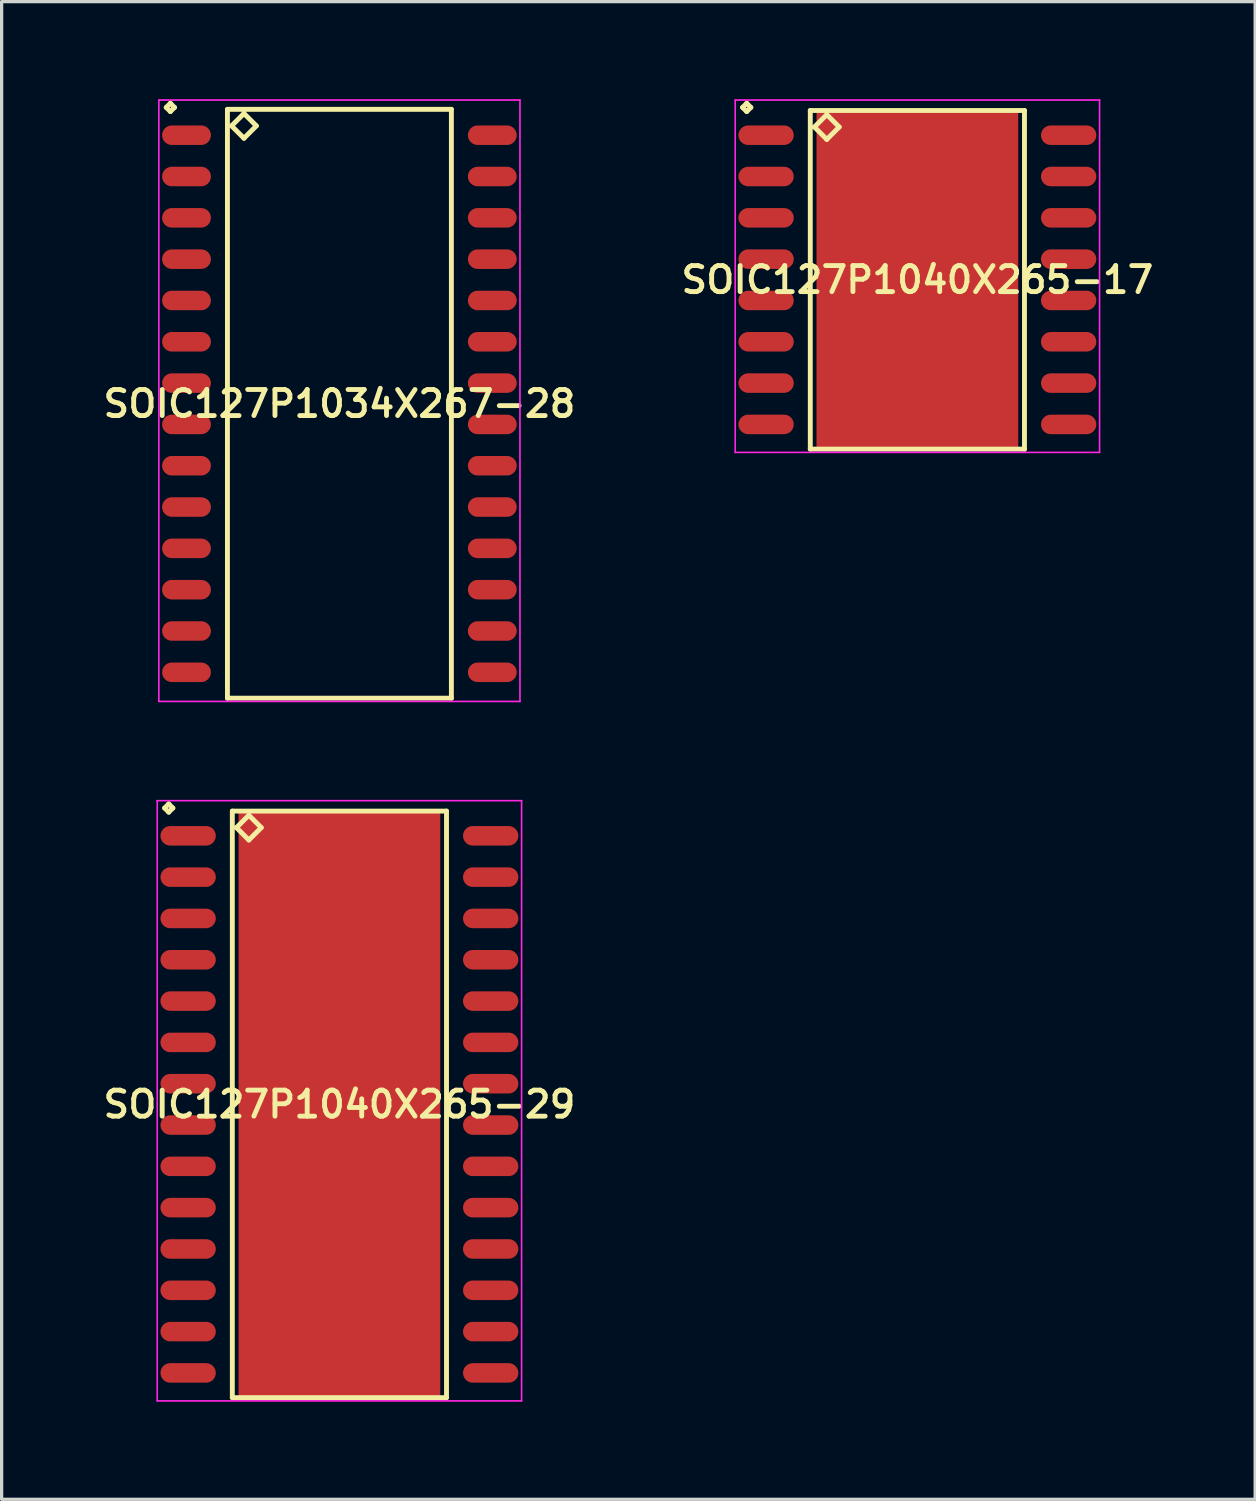
<source format=kicad_pcb>
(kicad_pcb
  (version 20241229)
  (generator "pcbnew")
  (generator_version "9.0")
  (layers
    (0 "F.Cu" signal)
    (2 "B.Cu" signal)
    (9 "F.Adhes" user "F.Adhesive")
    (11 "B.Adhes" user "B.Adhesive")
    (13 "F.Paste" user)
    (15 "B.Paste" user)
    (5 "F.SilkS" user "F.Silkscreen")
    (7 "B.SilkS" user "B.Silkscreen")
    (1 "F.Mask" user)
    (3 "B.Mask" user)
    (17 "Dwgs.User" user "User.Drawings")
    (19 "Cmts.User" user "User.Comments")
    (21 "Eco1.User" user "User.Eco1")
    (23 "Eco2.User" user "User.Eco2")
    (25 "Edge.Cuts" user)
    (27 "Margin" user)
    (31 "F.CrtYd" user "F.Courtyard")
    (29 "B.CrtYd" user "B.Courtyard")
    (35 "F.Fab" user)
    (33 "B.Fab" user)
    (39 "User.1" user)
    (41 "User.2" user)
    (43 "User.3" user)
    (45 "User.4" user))
  (footprint "SOIC127P1040X265-17"
    (layer "F.Cu")
    (at 25.149 5.551)
    (property "Reference" "SOIC127P1040X265-17" (at 0 0 0) (layer "F.SilkS") (effects (font (size 0.8 0.8) (thickness 0.15))))
    (attr smd)
    (fp_line (start -5.373 -5.299) (end -5.246 -5.426) (stroke (width 0.15) (type solid)) (layer "F.SilkS"))
    (fp_line (start -5.246 -5.426) (end -5.119 -5.299) (stroke (width 0.15) (type solid)) (layer "F.SilkS"))
    (fp_line (start -5.246 -5.172) (end -5.373 -5.299) (stroke (width 0.15) (type solid)) (layer "F.SilkS"))
    (fp_line (start -5.119 -5.299) (end -5.246 -5.172) (stroke (width 0.15) (type solid)) (layer "F.SilkS"))
    (fp_line (start -3.292 -5.205) (end -3.292 5.205) (stroke (width 0.15) (type solid)) (layer "F.SilkS"))
    (fp_line (start -3.292 5.205) (end 3.292 5.205) (stroke (width 0.15) (type solid)) (layer "F.SilkS"))
    (fp_line (start -3.165 -4.697) (end -2.784 -5.078) (stroke (width 0.15) (type solid)) (layer "F.SilkS"))
    (fp_line (start -2.784 -5.078) (end -2.403 -4.697) (stroke (width 0.15) (type solid)) (layer "F.SilkS"))
    (fp_line (start -2.784 -4.316) (end -3.165 -4.697) (stroke (width 0.15) (type solid)) (layer "F.SilkS"))
    (fp_line (start -2.403 -4.697) (end -2.784 -4.316) (stroke (width 0.15) (type solid)) (layer "F.SilkS"))
    (fp_line (start 3.292 -5.205) (end -3.292 -5.205) (stroke (width 0.15) (type solid)) (layer "F.SilkS"))
    (fp_line (start 3.292 5.205) (end 3.292 -5.205) (stroke (width 0.15) (type solid)) (layer "F.SilkS"))
    (fp_line (start -5.6 -5.526) (end 5.6 -5.526) (stroke (width 0.05) (type solid)) (layer "F.CrtYd"))
    (fp_line (start -5.6 5.305) (end -5.6 -5.526) (stroke (width 0.05) (type solid)) (layer "F.CrtYd"))
    (fp_line (start 5.6 -5.526) (end 5.6 5.305) (stroke (width 0.05) (type solid)) (layer "F.CrtYd"))
    (fp_line (start 5.6 5.305) (end -5.6 5.305) (stroke (width 0.05) (type solid)) (layer "F.CrtYd"))
    (pad "1" smd oval (at -4.65 -4.445) (size 1.7 0.6) (layers "F.Cu" "F.Mask" "F.Paste"))
    (pad "2" smd oval (at -4.65 -3.175) (size 1.7 0.6) (layers "F.Cu" "F.Mask" "F.Paste"))
    (pad "3" smd oval (at -4.65 -1.905) (size 1.7 0.6) (layers "F.Cu" "F.Mask" "F.Paste"))
    (pad "4" smd oval (at -4.65 -0.635) (size 1.7 0.6) (layers "F.Cu" "F.Mask" "F.Paste"))
    (pad "5" smd oval (at -4.65 0.635) (size 1.7 0.6) (layers "F.Cu" "F.Mask" "F.Paste"))
    (pad "6" smd oval (at -4.65 1.905) (size 1.7 0.6) (layers "F.Cu" "F.Mask" "F.Paste"))
    (pad "7" smd oval (at -4.65 3.175) (size 1.7 0.6) (layers "F.Cu" "F.Mask" "F.Paste"))
    (pad "8" smd oval (at -4.65 4.445) (size 1.7 0.6) (layers "F.Cu" "F.Mask" "F.Paste"))
    (pad "9" smd oval (at 4.65 4.445) (size 1.7 0.6) (layers "F.Cu" "F.Mask" "F.Paste"))
    (pad "10" smd oval (at 4.65 3.175) (size 1.7 0.6) (layers "F.Cu" "F.Mask" "F.Paste"))
    (pad "11" smd oval (at 4.65 1.905) (size 1.7 0.6) (layers "F.Cu" "F.Mask" "F.Paste"))
    (pad "12" smd oval (at 4.65 0.635) (size 1.7 0.6) (layers "F.Cu" "F.Mask" "F.Paste"))
    (pad "13" smd oval (at 4.65 -0.635) (size 1.7 0.6) (layers "F.Cu" "F.Mask" "F.Paste"))
    (pad "14" smd oval (at 4.65 -1.905) (size 1.7 0.6) (layers "F.Cu" "F.Mask" "F.Paste"))
    (pad "15" smd oval (at 4.65 -3.175) (size 1.7 0.6) (layers "F.Cu" "F.Mask" "F.Paste"))
    (pad "16" smd oval (at 4.65 -4.445) (size 1.7 0.6) (layers "F.Cu" "F.Mask" "F.Paste"))
    (pad "17" smd rect (at 0 0) (size 6.2 10.4) (layers "F.Cu" "F.Mask" "F.Paste")))
  (footprint "SOIC127P1040X265-29"
    (layer "F.Cu")
    (at 7.383 30.897)
    (property "Reference" "SOIC127P1040X265-29" (at 0 0 0) (layer "F.SilkS") (effects (font (size 0.8 0.8) (thickness 0.15))))
    (attr smd)
    (fp_line (start -5.373 -9.109) (end -5.246 -9.236) (stroke (width 0.15) (type solid)) (layer "F.SilkS"))
    (fp_line (start -5.246 -9.236) (end -5.119 -9.109) (stroke (width 0.15) (type solid)) (layer "F.SilkS"))
    (fp_line (start -5.246 -8.982) (end -5.373 -9.109) (stroke (width 0.15) (type solid)) (layer "F.SilkS"))
    (fp_line (start -5.119 -9.109) (end -5.246 -8.982) (stroke (width 0.15) (type solid)) (layer "F.SilkS"))
    (fp_line (start -3.292 -9.015) (end -3.292 9.015) (stroke (width 0.15) (type solid)) (layer "F.SilkS"))
    (fp_line (start -3.292 9.015) (end 3.292 9.015) (stroke (width 0.15) (type solid)) (layer "F.SilkS"))
    (fp_line (start -3.165 -8.507) (end -2.784 -8.888) (stroke (width 0.15) (type solid)) (layer "F.SilkS"))
    (fp_line (start -2.784 -8.888) (end -2.403 -8.507) (stroke (width 0.15) (type solid)) (layer "F.SilkS"))
    (fp_line (start -2.784 -8.126) (end -3.165 -8.507) (stroke (width 0.15) (type solid)) (layer "F.SilkS"))
    (fp_line (start -2.403 -8.507) (end -2.784 -8.126) (stroke (width 0.15) (type solid)) (layer "F.SilkS"))
    (fp_line (start 3.292 -9.015) (end -3.292 -9.015) (stroke (width 0.15) (type solid)) (layer "F.SilkS"))
    (fp_line (start 3.292 9.015) (end 3.292 -9.015) (stroke (width 0.15) (type solid)) (layer "F.SilkS"))
    (fp_line (start -5.6 -9.336) (end 5.6 -9.336) (stroke (width 0.05) (type solid)) (layer "F.CrtYd"))
    (fp_line (start -5.6 9.115) (end -5.6 -9.336) (stroke (width 0.05) (type solid)) (layer "F.CrtYd"))
    (fp_line (start 5.6 -9.336) (end 5.6 9.115) (stroke (width 0.05) (type solid)) (layer "F.CrtYd"))
    (fp_line (start 5.6 9.115) (end -5.6 9.115) (stroke (width 0.05) (type solid)) (layer "F.CrtYd"))
    (pad "1" smd oval (at -4.65 -8.255) (size 1.7 0.6) (layers "F.Cu" "F.Mask" "F.Paste"))
    (pad "2" smd oval (at -4.65 -6.985) (size 1.7 0.6) (layers "F.Cu" "F.Mask" "F.Paste"))
    (pad "3" smd oval (at -4.65 -5.715) (size 1.7 0.6) (layers "F.Cu" "F.Mask" "F.Paste"))
    (pad "4" smd oval (at -4.65 -4.445) (size 1.7 0.6) (layers "F.Cu" "F.Mask" "F.Paste"))
    (pad "5" smd oval (at -4.65 -3.175) (size 1.7 0.6) (layers "F.Cu" "F.Mask" "F.Paste"))
    (pad "6" smd oval (at -4.65 -1.905) (size 1.7 0.6) (layers "F.Cu" "F.Mask" "F.Paste"))
    (pad "7" smd oval (at -4.65 -0.635) (size 1.7 0.6) (layers "F.Cu" "F.Mask" "F.Paste"))
    (pad "8" smd oval (at -4.65 0.635) (size 1.7 0.6) (layers "F.Cu" "F.Mask" "F.Paste"))
    (pad "9" smd oval (at -4.65 1.905) (size 1.7 0.6) (layers "F.Cu" "F.Mask" "F.Paste"))
    (pad "10" smd oval (at -4.65 3.175) (size 1.7 0.6) (layers "F.Cu" "F.Mask" "F.Paste"))
    (pad "11" smd oval (at -4.65 4.445) (size 1.7 0.6) (layers "F.Cu" "F.Mask" "F.Paste"))
    (pad "12" smd oval (at -4.65 5.715) (size 1.7 0.6) (layers "F.Cu" "F.Mask" "F.Paste"))
    (pad "13" smd oval (at -4.65 6.985) (size 1.7 0.6) (layers "F.Cu" "F.Mask" "F.Paste"))
    (pad "14" smd oval (at -4.65 8.255) (size 1.7 0.6) (layers "F.Cu" "F.Mask" "F.Paste"))
    (pad "15" smd oval (at 4.65 8.255) (size 1.7 0.6) (layers "F.Cu" "F.Mask" "F.Paste"))
    (pad "16" smd oval (at 4.65 6.985) (size 1.7 0.6) (layers "F.Cu" "F.Mask" "F.Paste"))
    (pad "17" smd oval (at 4.65 5.715) (size 1.7 0.6) (layers "F.Cu" "F.Mask" "F.Paste"))
    (pad "18" smd oval (at 4.65 4.445) (size 1.7 0.6) (layers "F.Cu" "F.Mask" "F.Paste"))
    (pad "19" smd oval (at 4.65 3.175) (size 1.7 0.6) (layers "F.Cu" "F.Mask" "F.Paste"))
    (pad "20" smd oval (at 4.65 1.905) (size 1.7 0.6) (layers "F.Cu" "F.Mask" "F.Paste"))
    (pad "21" smd oval (at 4.65 0.635) (size 1.7 0.6) (layers "F.Cu" "F.Mask" "F.Paste"))
    (pad "22" smd oval (at 4.65 -0.635) (size 1.7 0.6) (layers "F.Cu" "F.Mask" "F.Paste"))
    (pad "23" smd oval (at 4.65 -1.905) (size 1.7 0.6) (layers "F.Cu" "F.Mask" "F.Paste"))
    (pad "24" smd oval (at 4.65 -3.175) (size 1.7 0.6) (layers "F.Cu" "F.Mask" "F.Paste"))
    (pad "25" smd oval (at 4.65 -4.445) (size 1.7 0.6) (layers "F.Cu" "F.Mask" "F.Paste"))
    (pad "26" smd oval (at 4.65 -5.715) (size 1.7 0.6) (layers "F.Cu" "F.Mask" "F.Paste"))
    (pad "27" smd oval (at 4.65 -6.985) (size 1.7 0.6) (layers "F.Cu" "F.Mask" "F.Paste"))
    (pad "28" smd oval (at 4.65 -8.255) (size 1.7 0.6) (layers "F.Cu" "F.Mask" "F.Paste"))
    (pad "29" smd rect (at 0 0) (size 6.2 18) (layers "F.Cu" "F.Mask" "F.Paste")))
  (footprint "SOIC127P1034X267-28"
    (layer "F.Cu")
    (at 7.383 9.361)
    (property "Reference" "SOIC127P1034X267-28" (at 0 0 0) (layer "F.SilkS") (effects (font (size 0.8 0.8) (thickness 0.15))))
    (attr smd)
    (fp_line (start -5.323 -9.109) (end -5.196 -9.236) (stroke (width 0.15) (type solid)) (layer "F.SilkS"))
    (fp_line (start -5.196 -9.236) (end -5.069 -9.109) (stroke (width 0.15) (type solid)) (layer "F.SilkS"))
    (fp_line (start -5.196 -8.982) (end -5.323 -9.109) (stroke (width 0.15) (type solid)) (layer "F.SilkS"))
    (fp_line (start -5.069 -9.109) (end -5.196 -8.982) (stroke (width 0.15) (type solid)) (layer "F.SilkS"))
    (fp_line (start -3.442 -9.05) (end -3.442 9.05) (stroke (width 0.15) (type solid)) (layer "F.SilkS"))
    (fp_line (start -3.442 9.05) (end 3.442 9.05) (stroke (width 0.15) (type solid)) (layer "F.SilkS"))
    (fp_line (start -3.315 -8.542) (end -2.934 -8.923) (stroke (width 0.15) (type solid)) (layer "F.SilkS"))
    (fp_line (start -2.934 -8.923) (end -2.553 -8.542) (stroke (width 0.15) (type solid)) (layer "F.SilkS"))
    (fp_line (start -2.934 -8.161) (end -3.315 -8.542) (stroke (width 0.15) (type solid)) (layer "F.SilkS"))
    (fp_line (start -2.553 -8.542) (end -2.934 -8.161) (stroke (width 0.15) (type solid)) (layer "F.SilkS"))
    (fp_line (start 3.442 -9.05) (end -3.442 -9.05) (stroke (width 0.15) (type solid)) (layer "F.SilkS"))
    (fp_line (start 3.442 9.05) (end 3.442 -9.05) (stroke (width 0.15) (type solid)) (layer "F.SilkS"))
    (fp_line (start -5.55 -9.336) (end 5.55 -9.336) (stroke (width 0.05) (type solid)) (layer "F.CrtYd"))
    (fp_line (start -5.55 9.15) (end -5.55 -9.336) (stroke (width 0.05) (type solid)) (layer "F.CrtYd"))
    (fp_line (start 5.55 -9.336) (end 5.55 9.15) (stroke (width 0.05) (type solid)) (layer "F.CrtYd"))
    (fp_line (start 5.55 9.15) (end -5.55 9.15) (stroke (width 0.05) (type solid)) (layer "F.CrtYd"))
    (pad "1" smd oval (at -4.7 -8.255) (size 1.5 0.6) (layers "F.Cu" "F.Mask" "F.Paste"))
    (pad "2" smd oval (at -4.7 -6.985) (size 1.5 0.6) (layers "F.Cu" "F.Mask" "F.Paste"))
    (pad "3" smd oval (at -4.7 -5.715) (size 1.5 0.6) (layers "F.Cu" "F.Mask" "F.Paste"))
    (pad "4" smd oval (at -4.7 -4.445) (size 1.5 0.6) (layers "F.Cu" "F.Mask" "F.Paste"))
    (pad "5" smd oval (at -4.7 -3.175) (size 1.5 0.6) (layers "F.Cu" "F.Mask" "F.Paste"))
    (pad "6" smd oval (at -4.7 -1.905) (size 1.5 0.6) (layers "F.Cu" "F.Mask" "F.Paste"))
    (pad "7" smd oval (at -4.7 -0.635) (size 1.5 0.6) (layers "F.Cu" "F.Mask" "F.Paste"))
    (pad "8" smd oval (at -4.7 0.635) (size 1.5 0.6) (layers "F.Cu" "F.Mask" "F.Paste"))
    (pad "9" smd oval (at -4.7 1.905) (size 1.5 0.6) (layers "F.Cu" "F.Mask" "F.Paste"))
    (pad "10" smd oval (at -4.7 3.175) (size 1.5 0.6) (layers "F.Cu" "F.Mask" "F.Paste"))
    (pad "11" smd oval (at -4.7 4.445) (size 1.5 0.6) (layers "F.Cu" "F.Mask" "F.Paste"))
    (pad "12" smd oval (at -4.7 5.715) (size 1.5 0.6) (layers "F.Cu" "F.Mask" "F.Paste"))
    (pad "13" smd oval (at -4.7 6.985) (size 1.5 0.6) (layers "F.Cu" "F.Mask" "F.Paste"))
    (pad "14" smd oval (at -4.7 8.255) (size 1.5 0.6) (layers "F.Cu" "F.Mask" "F.Paste"))
    (pad "15" smd oval (at 4.7 8.255) (size 1.5 0.6) (layers "F.Cu" "F.Mask" "F.Paste"))
    (pad "16" smd oval (at 4.7 6.985) (size 1.5 0.6) (layers "F.Cu" "F.Mask" "F.Paste"))
    (pad "17" smd oval (at 4.7 5.715) (size 1.5 0.6) (layers "F.Cu" "F.Mask" "F.Paste"))
    (pad "18" smd oval (at 4.7 4.445) (size 1.5 0.6) (layers "F.Cu" "F.Mask" "F.Paste"))
    (pad "19" smd oval (at 4.7 3.175) (size 1.5 0.6) (layers "F.Cu" "F.Mask" "F.Paste"))
    (pad "20" smd oval (at 4.7 1.905) (size 1.5 0.6) (layers "F.Cu" "F.Mask" "F.Paste"))
    (pad "21" smd oval (at 4.7 0.635) (size 1.5 0.6) (layers "F.Cu" "F.Mask" "F.Paste"))
    (pad "22" smd oval (at 4.7 -0.635) (size 1.5 0.6) (layers "F.Cu" "F.Mask" "F.Paste"))
    (pad "23" smd oval (at 4.7 -1.905) (size 1.5 0.6) (layers "F.Cu" "F.Mask" "F.Paste"))
    (pad "24" smd oval (at 4.7 -3.175) (size 1.5 0.6) (layers "F.Cu" "F.Mask" "F.Paste"))
    (pad "25" smd oval (at 4.7 -4.445) (size 1.5 0.6) (layers "F.Cu" "F.Mask" "F.Paste"))
    (pad "26" smd oval (at 4.7 -5.715) (size 1.5 0.6) (layers "F.Cu" "F.Mask" "F.Paste"))
    (pad "27" smd oval (at 4.7 -6.985) (size 1.5 0.6) (layers "F.Cu" "F.Mask" "F.Paste"))
    (pad "28" smd oval (at 4.7 -8.255) (size 1.5 0.6) (layers "F.Cu" "F.Mask" "F.Paste")))
  (gr_rect
    (start -3 -3)
    (end 35.532 43.037)
    (stroke (width 0.1) (type default))
    (fill no)
    (layer "Edge.Cuts")))
</source>
